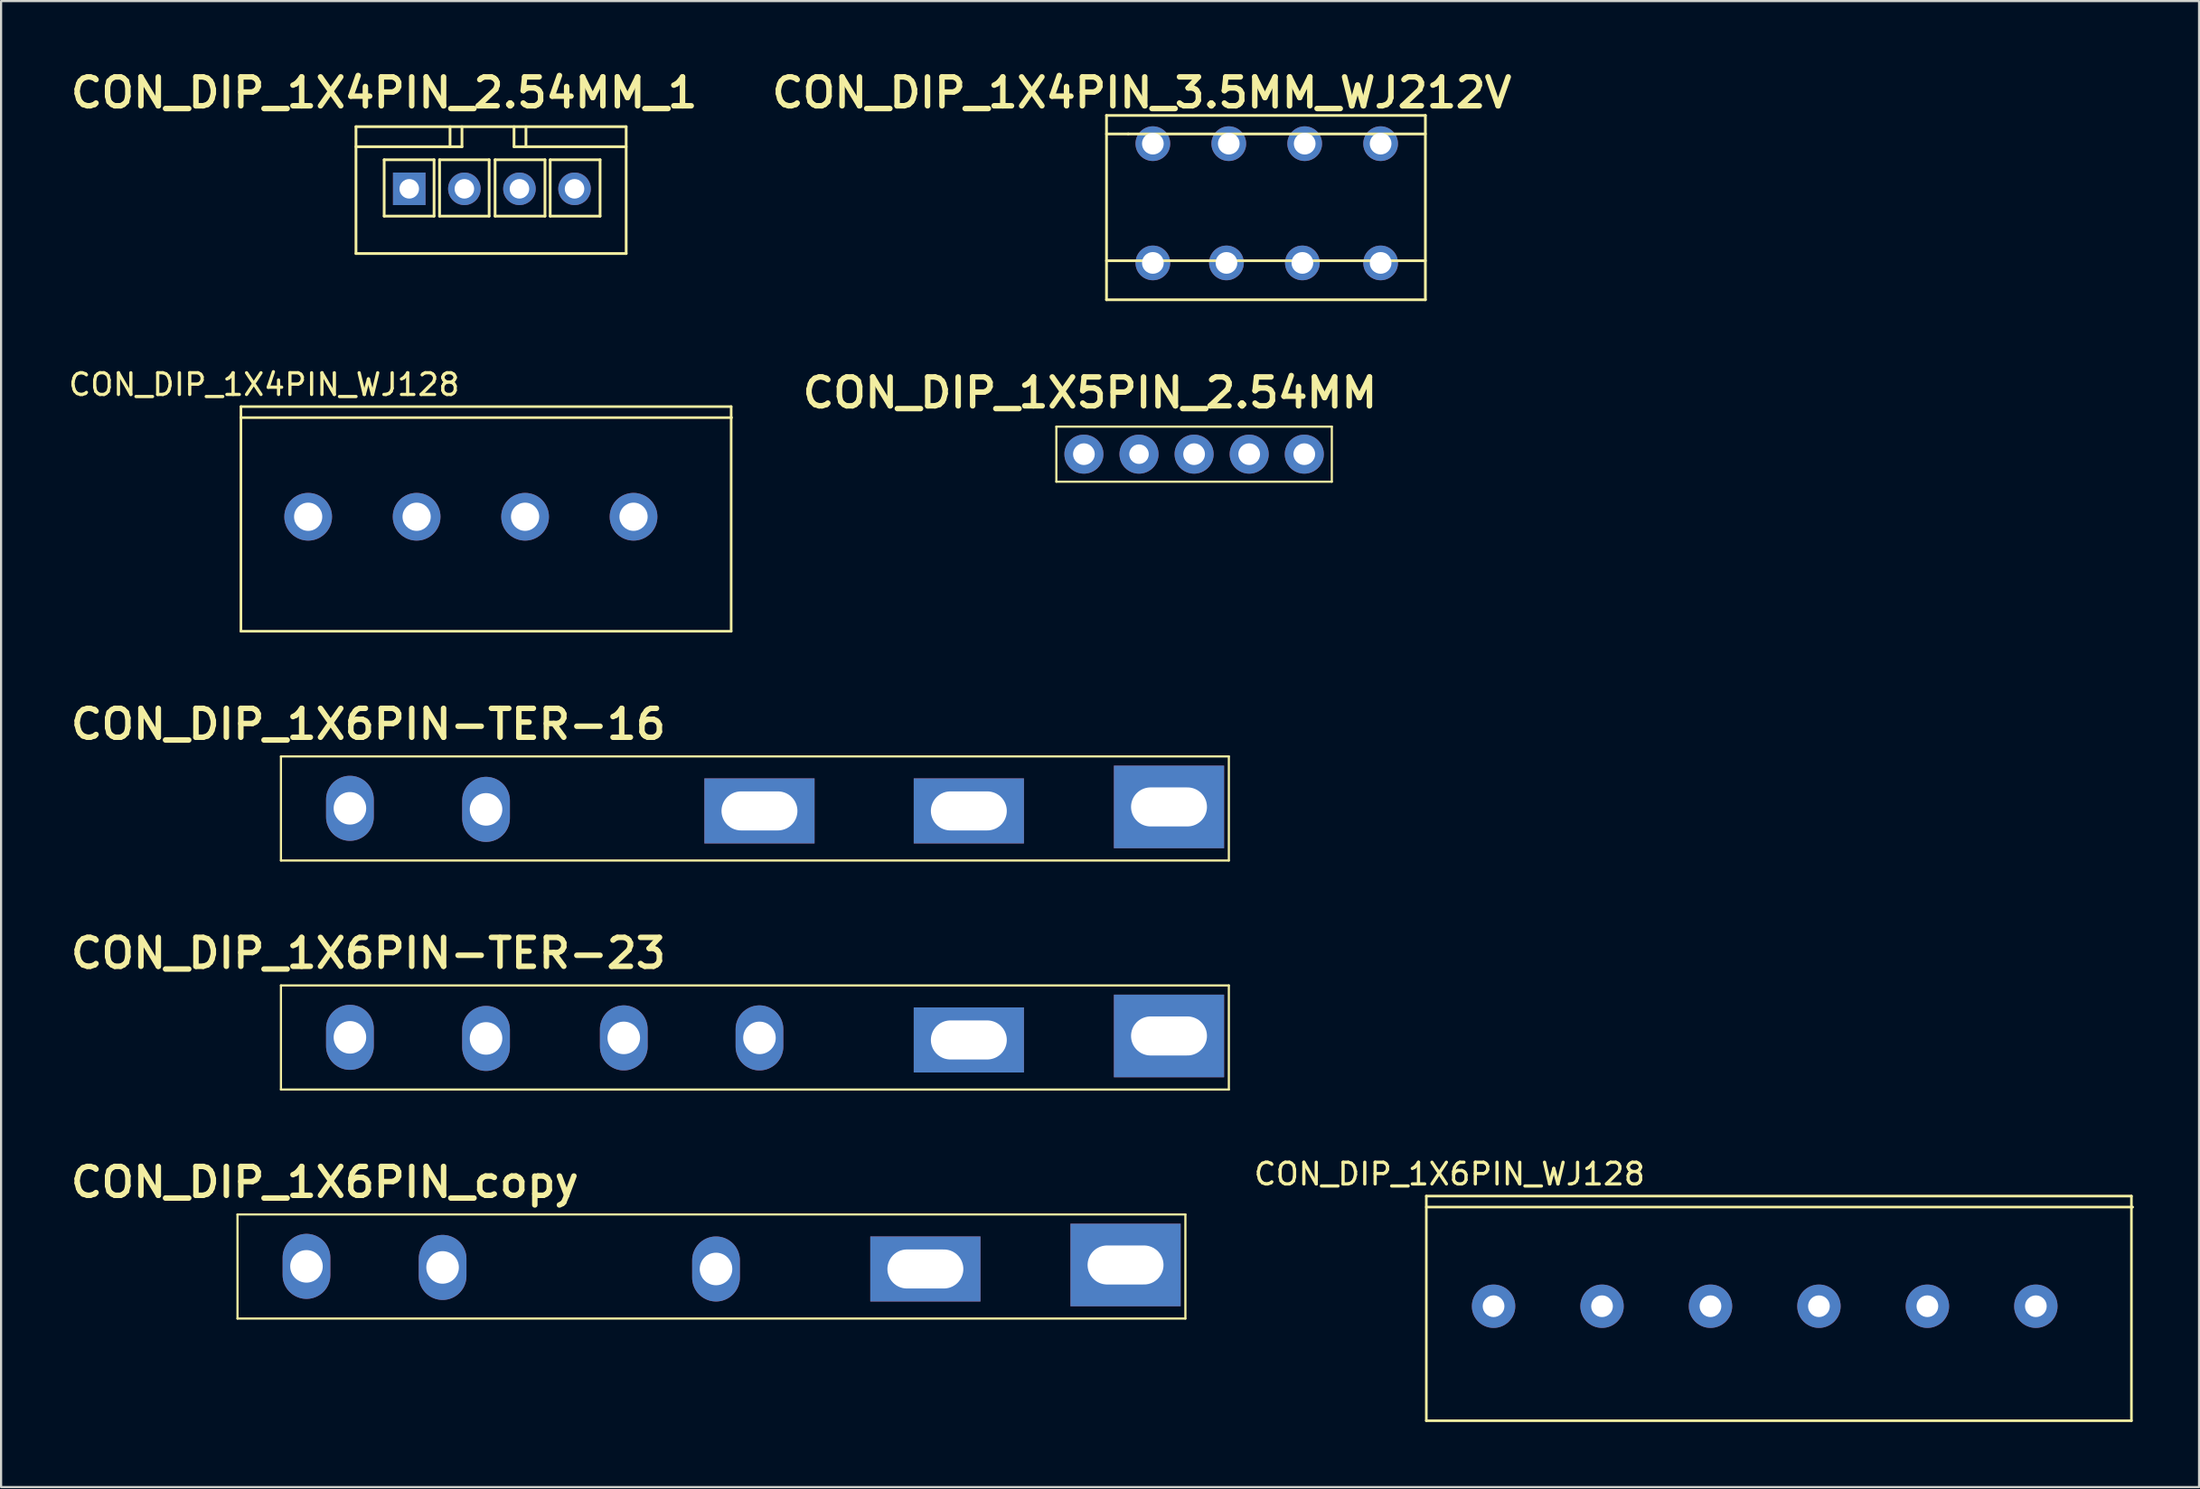
<source format=kicad_pcb>
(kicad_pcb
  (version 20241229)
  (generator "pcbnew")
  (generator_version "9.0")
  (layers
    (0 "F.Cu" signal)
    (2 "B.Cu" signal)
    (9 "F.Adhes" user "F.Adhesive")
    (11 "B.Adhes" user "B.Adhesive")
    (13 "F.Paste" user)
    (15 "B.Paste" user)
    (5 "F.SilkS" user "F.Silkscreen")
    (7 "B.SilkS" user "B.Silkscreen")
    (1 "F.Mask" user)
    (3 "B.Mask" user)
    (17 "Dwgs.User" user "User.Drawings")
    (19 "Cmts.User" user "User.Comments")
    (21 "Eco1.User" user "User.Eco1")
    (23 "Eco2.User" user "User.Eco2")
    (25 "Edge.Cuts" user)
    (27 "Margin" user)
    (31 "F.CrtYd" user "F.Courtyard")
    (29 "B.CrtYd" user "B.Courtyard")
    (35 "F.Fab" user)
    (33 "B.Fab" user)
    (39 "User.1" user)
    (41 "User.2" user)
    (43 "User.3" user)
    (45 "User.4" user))
  (footprint "CON_DIP_1X6PIN_WJ128"
    (layer "F.Cu")
    (at 77.997 57.191)
    (property "Reference" "CON_DIP_1X6PIN_WJ128" (at -14.224 -6.096 0) (layer "F.SilkS") (effects (font (size 1 1) (thickness 0.15))))
    (attr through_hole)
    (fp_line (start -15.292 -5.08) (end -15.292 5.28) (stroke (width 0.12) (type solid)) (layer "F.SilkS"))
    (fp_line (start -15.292 -5.08) (end 17.214 -5.08) (stroke (width 0.12) (type solid)) (layer "F.SilkS"))
    (fp_line (start -15.292 -4.572) (end 17.272 -4.572) (stroke (width 0.12) (type solid)) (layer "F.SilkS"))
    (fp_line (start 17.214 5.28) (end -15.292 5.28) (stroke (width 0.12) (type solid)) (layer "F.SilkS"))
    (fp_line (start 17.214 5.28) (end 17.214 -5.08) (stroke (width 0.12) (type solid)) (layer "F.SilkS"))
    (pad "1" thru_hole circle (at -12.192 0) (size 2 2) (drill 1) (layers "*.Cu" "*.Mask"))
    (pad "2" thru_hole circle (at -7.192 0) (size 2 2) (drill 1) (layers "*.Cu" "*.Mask"))
    (pad "3" thru_hole circle (at -2.192 0) (size 2 2) (drill 1) (layers "*.Cu" "*.Mask"))
    (pad "4" thru_hole circle (at 2.808 0) (size 2 2) (drill 1) (layers "*.Cu" "*.Mask"))
    (pad "5" thru_hole circle (at 7.808 0) (size 2 2) (drill 1) (layers "*.Cu" "*.Mask"))
    (pad "6" thru_hole circle (at 12.808 0) (size 2 2) (drill 1) (layers "*.Cu" "*.Mask")))
  (footprint "CON_DIP_1X4PIN_3.5MM_WJ212V"
    (layer "F.Cu")
    (at 54.924 5.861)
    (property "Reference" "CON_DIP_1X4PIN_3.5MM_WJ212V" (at -5.334 -4.636 0) (unlocked yes) (layer "F.SilkS") (effects (font (size 1.333 1.402) (thickness 0.254))))
    (attr smd)
    (fp_line (start -6.963 -3.587) (end 7.737 -3.587) (stroke (width 0.127) (type solid)) (layer "F.SilkS"))
    (fp_line (start -6.963 -2.733) (end -5.963 -2.733) (stroke (width 0.127) (type solid)) (layer "F.SilkS"))
    (fp_line (start -6.963 3.113) (end 7.737 3.113) (stroke (width 0.127) (type solid)) (layer "F.SilkS"))
    (fp_line (start -6.963 4.913) (end -6.963 -3.587) (stroke (width 0.127) (type solid)) (layer "F.SilkS"))
    (fp_line (start -6.963 4.913) (end 7.737 4.913) (stroke (width 0.127) (type solid)) (layer "F.SilkS"))
    (fp_line (start -5.963 -2.733) (end 7.737 -2.733) (stroke (width 0.127) (type solid)) (layer "F.SilkS"))
    (fp_line (start 7.737 4.913) (end 7.737 -3.587) (stroke (width 0.127) (type solid)) (layer "F.SilkS"))
    (pad "1" thru_hole circle (at -4.826 -2.286 90) (size 1.6 1.6) (drill 1) (layers "*.Cu" "*.Mask"))
    (pad "1_1" thru_hole circle (at -4.826 3.214 90) (size 1.6 1.6) (drill 1) (layers "*.Cu" "*.Mask"))
    (pad "2" thru_hole circle (at -1.326 -2.286 90) (size 1.6 1.6) (drill 1) (layers "*.Cu" "*.Mask"))
    (pad "2_1" thru_hole circle (at -1.433 3.214 90) (size 1.6 1.6) (drill 1) (layers "*.Cu" "*.Mask"))
    (pad "3" thru_hole circle (at 2.174 -2.286 90) (size 1.6 1.6) (drill 1) (layers "*.Cu" "*.Mask"))
    (pad "3_1" thru_hole circle (at 2.067 3.214 90) (size 1.6 1.6) (drill 1) (layers "*.Cu" "*.Mask"))
    (pad "4" thru_hole circle (at 5.674 -2.286 90) (size 1.6 1.6) (drill 1) (layers "*.Cu" "*.Mask"))
    (pad "4_1" thru_hole circle (at 5.674 3.214 90) (size 1.6 1.6) (drill 1) (layers "*.Cu" "*.Mask")))
  (footprint "CON_DIP_1X5PIN_2.54MM"
    (layer "F.Cu")
    (at 46.728 18.149)
    (property "Reference" "CON_DIP_1X5PIN_2.54MM" (at 0.47 -3.086 0) (unlocked yes) (layer "F.SilkS") (effects (font (size 1.333 1.402) (thickness 0.254))))
    (attr smd)
    (fp_line (start -1.079 1.016) (end -1.079 -1.524) (stroke (width 0.1) (type solid)) (layer "F.SilkS"))
    (fp_line (start 11.62 -1.524) (end -1.079 -1.524) (stroke (width 0.1) (type solid)) (layer "F.SilkS"))
    (fp_line (start 11.62 1.016) (end -1.079 1.016) (stroke (width 0.1) (type solid)) (layer "F.SilkS"))
    (fp_line (start 11.62 1.016) (end 11.62 -1.524) (stroke (width 0.1) (type solid)) (layer "F.SilkS"))
    (pad "1" thru_hole circle (at 0.191 -0.254 90) (size 1.8 1.8) (drill 1) (layers "*.Cu" "*.Mask"))
    (pad "2" thru_hole circle (at 2.731 -0.254 90) (size 1.8 1.8) (drill 0.9) (layers "*.Cu" "*.Mask"))
    (pad "3" thru_hole circle (at 5.271 -0.254 90) (size 1.8 1.8) (drill 1) (layers "*.Cu" "*.Mask"))
    (pad "4" thru_hole circle (at 7.811 -0.254 90) (size 1.8 1.8) (drill 1) (layers "*.Cu" "*.Mask"))
    (pad "5" thru_hole circle (at 10.351 -0.254 90) (size 1.8 1.8) (drill 1) (layers "*.Cu" "*.Mask")))
  (footprint "CON_DIP_1X4PIN_WJ128"
    (layer "F.Cu")
    (at 18.777 20.782)
    (property "Reference" "CON_DIP_1X4PIN_WJ128" (at -9.652 -6.096 0) (layer "F.SilkS") (effects (font (size 1 1) (thickness 0.15))))
    (attr through_hole)
    (fp_line (start -10.72 -5.08) (end -10.72 5.28) (stroke (width 0.12) (type solid)) (layer "F.SilkS"))
    (fp_line (start -10.72 -5.08) (end 11.88 -5.08) (stroke (width 0.12) (type solid)) (layer "F.SilkS"))
    (fp_line (start -10.72 -4.572) (end 11.9 -4.572) (stroke (width 0.12) (type solid)) (layer "F.SilkS"))
    (fp_line (start 11.88 5.28) (end -10.72 5.28) (stroke (width 0.12) (type solid)) (layer "F.SilkS"))
    (fp_line (start 11.88 5.28) (end 11.88 -5.08) (stroke (width 0.12) (type solid)) (layer "F.SilkS"))
    (pad "1" thru_hole circle (at -7.62 0) (size 2.2 2.2) (drill 1.3) (layers "*.Cu" "*.Mask"))
    (pad "2" thru_hole circle (at -2.62 0) (size 2.2 2.2) (drill 1.3) (layers "*.Cu" "*.Mask"))
    (pad "3" thru_hole circle (at 2.38 0) (size 2.2 2.2) (drill 1.3) (layers "*.Cu" "*.Mask"))
    (pad "4" thru_hole circle (at 7.38 0) (size 2.2 2.2) (drill 1.3) (layers "*.Cu" "*.Mask")))
  (footprint "CON_DIP_1X4PIN_2.54MM_1"
    (layer "F.Cu")
    (at 19.564 5.594)
    (property "Reference" "CON_DIP_1X4PIN_2.54MM_1" (at -4.902 -4.369 0) (unlocked yes) (layer "F.SilkS") (effects (font (size 1.333 1.402) (thickness 0.254))))
    (attr smd)
    (fp_line (start -6.203 3.049) (end -6.203 -2.801) (stroke (width 0.127) (type solid)) (layer "F.SilkS"))
    (fp_line (start -4.903 1.324) (end -4.903 -1.276) (stroke (width 0.127) (type solid)) (layer "F.SilkS"))
    (fp_line (start -2.603 -1.276) (end -4.903 -1.276) (stroke (width 0.127) (type solid)) (layer "F.SilkS"))
    (fp_line (start -2.603 1.324) (end -4.903 1.324) (stroke (width 0.127) (type solid)) (layer "F.SilkS"))
    (fp_line (start -2.603 1.324) (end -2.603 -1.276) (stroke (width 0.127) (type solid)) (layer "F.SilkS"))
    (fp_line (start -2.349 1.324) (end -2.349 -1.276) (stroke (width 0.127) (type solid)) (layer "F.SilkS"))
    (fp_line (start -1.867 -1.876) (end -1.867 -2.801) (stroke (width 0.127) (type solid)) (layer "F.SilkS"))
    (fp_line (start -1.317 -1.876) (end -6.203 -1.876) (stroke (width 0.127) (type solid)) (layer "F.SilkS"))
    (fp_line (start -1.317 -1.876) (end -1.317 -2.801) (stroke (width 0.127) (type solid)) (layer "F.SilkS"))
    (fp_line (start -0.064 -1.276) (end -2.349 -1.276) (stroke (width 0.127) (type solid)) (layer "F.SilkS"))
    (fp_line (start -0.064 1.324) (end -2.349 1.324) (stroke (width 0.127) (type solid)) (layer "F.SilkS"))
    (fp_line (start -0.064 1.324) (end -0.064 -1.276) (stroke (width 0.127) (type solid)) (layer "F.SilkS"))
    (fp_line (start 0.21 1.324) (end 0.21 -1.276) (stroke (width 0.127) (type solid)) (layer "F.SilkS"))
    (fp_line (start 1.083 -1.876) (end 1.083 -2.801) (stroke (width 0.127) (type solid)) (layer "F.SilkS"))
    (fp_line (start 1.633 -1.876) (end 1.633 -2.801) (stroke (width 0.127) (type solid)) (layer "F.SilkS"))
    (fp_line (start 2.51 -1.276) (end 0.21 -1.276) (stroke (width 0.127) (type solid)) (layer "F.SilkS"))
    (fp_line (start 2.51 1.324) (end 0.21 1.324) (stroke (width 0.127) (type solid)) (layer "F.SilkS"))
    (fp_line (start 2.51 1.324) (end 2.51 -1.276) (stroke (width 0.127) (type solid)) (layer "F.SilkS"))
    (fp_line (start 2.75 1.324) (end 2.75 -1.276) (stroke (width 0.127) (type solid)) (layer "F.SilkS"))
    (fp_line (start 5.05 -1.276) (end 2.75 -1.276) (stroke (width 0.127) (type solid)) (layer "F.SilkS"))
    (fp_line (start 5.05 1.324) (end 2.75 1.324) (stroke (width 0.127) (type solid)) (layer "F.SilkS"))
    (fp_line (start 5.05 1.324) (end 5.05 -1.276) (stroke (width 0.127) (type solid)) (layer "F.SilkS"))
    (fp_line (start 6.253 -2.801) (end -6.203 -2.801) (stroke (width 0.127) (type solid)) (layer "F.SilkS"))
    (fp_line (start 6.253 -1.876) (end 1.083 -1.876) (stroke (width 0.127) (type solid)) (layer "F.SilkS"))
    (fp_line (start 6.253 3.049) (end -6.203 3.049) (stroke (width 0.127) (type solid)) (layer "F.SilkS"))
    (fp_line (start 6.253 3.049) (end 6.253 -2.801) (stroke (width 0.127) (type solid)) (layer "F.SilkS"))
    (pad "1" thru_hole rect (at -3.747 0.064) (size 1.5 1.5) (drill 0.9) (layers "*.Cu" "*.Mask"))
    (pad "2" thru_hole circle (at -1.206 0.064) (size 1.5 1.5) (drill 0.9) (layers "*.Cu" "*.Mask"))
    (pad "3" thru_hole circle (at 1.333 0.064) (size 1.5 1.5) (drill 0.9) (layers "*.Cu" "*.Mask"))
    (pad "4" thru_hole circle (at 3.873 0.064) (size 1.5 1.5) (drill 0.9) (layers "*.Cu" "*.Mask")))
  (footprint "CON_DIP_1X6PIN-TER-16"
    (layer "F.Cu")
    (at 30.946 34.094)
    (property "Reference" "CON_DIP_1X6PIN-TER-16" (at -17.018 -3.747 0) (unlocked yes) (layer "F.SilkS") (effects (font (size 1.333 1.402) (thickness 0.254))))
    (attr smd)
    (fp_line (start -21.044 -2.26) (end 22.655 -2.26) (stroke (width 0.1) (type solid)) (layer "F.SilkS"))
    (fp_line (start -21.044 2.541) (end -21.044 -2.26) (stroke (width 0.1) (type solid)) (layer "F.SilkS"))
    (fp_line (start -21.044 2.541) (end 22.655 2.541) (stroke (width 0.1) (type solid)) (layer "F.SilkS"))
    (fp_line (start 22.655 2.541) (end 22.655 -2.26) (stroke (width 0.1) (type solid)) (layer "F.SilkS"))
    (pad "1" thru_hole rect (at 19.896 0.07 180) (size 5.08 3.81) (drill oval 3.5 1.8) (layers "*.Cu" "*.Mask"))
    (pad "2" thru_hole rect (at 10.668 0.254 180) (size 5.08 3) (drill oval 3.5 1.8) (layers "*.Cu" "*.Mask"))
    (pad "4" thru_hole rect (at 1.016 0.254 180) (size 5.08 3) (drill oval 3.5 1.8) (layers "*.Cu" "*.Mask"))
    (pad "6" thru_hole oval (at -11.589 0.183) (size 2.2 3) (drill 1.5) (layers "*.Cu" "*.Mask"))
    (pad "7" thru_hole oval (at -17.864 0.134) (size 2.2 3) (drill 1.5) (layers "*.Cu" "*.Mask")))
  (footprint "CON_DIP_1X6PIN-TER-23"
    (layer "F.Cu")
    (at 30.946 44.657)
    (property "Reference" "CON_DIP_1X6PIN-TER-23" (at -17.018 -3.747 0) (unlocked yes) (layer "F.SilkS") (effects (font (size 1.333 1.402) (thickness 0.254))))
    (attr smd)
    (fp_line (start -21.044 -2.26) (end 22.655 -2.26) (stroke (width 0.1) (type solid)) (layer "F.SilkS"))
    (fp_line (start -21.044 2.541) (end -21.044 -2.26) (stroke (width 0.1) (type solid)) (layer "F.SilkS"))
    (fp_line (start -21.044 2.541) (end 22.655 2.541) (stroke (width 0.1) (type solid)) (layer "F.SilkS"))
    (fp_line (start 22.655 2.541) (end 22.655 -2.26) (stroke (width 0.1) (type solid)) (layer "F.SilkS"))
    (pad "1" thru_hole rect (at 19.896 0.07 180) (size 5.08 3.81) (drill oval 3.5 1.8) (layers "*.Cu" "*.Mask"))
    (pad "2" thru_hole rect (at 10.668 0.254 180) (size 5.08 3) (drill oval 3.5 1.8) (layers "*.Cu" "*.Mask"))
    (pad "4" thru_hole oval (at 1.016 0.159 180) (size 2.2 3) (drill 1.5) (layers "*.Cu" "*.Mask"))
    (pad "5" thru_hole oval (at -5.239 0.159) (size 2.2 3) (drill 1.5) (layers "*.Cu" "*.Mask"))
    (pad "6" thru_hole oval (at -11.589 0.183) (size 2.2 3) (drill 1.5) (layers "*.Cu" "*.Mask"))
    (pad "7" thru_hole oval (at -17.864 0.134) (size 2.2 3) (drill 1.5) (layers "*.Cu" "*.Mask")))
  (footprint "CON_DIP_1X6PIN_copy"
    (layer "F.Cu")
    (at 28.943 55.219)
    (property "Reference" "CON_DIP_1X6PIN_copy" (at -17.018 -3.747 0) (unlocked yes) (layer "F.SilkS") (effects (font (size 1.333 1.402) (thickness 0.254))))
    (attr smd)
    (fp_line (start -21.044 -2.26) (end 22.655 -2.26) (stroke (width 0.1) (type solid)) (layer "F.SilkS"))
    (fp_line (start -21.044 2.541) (end -21.044 -2.26) (stroke (width 0.1) (type solid)) (layer "F.SilkS"))
    (fp_line (start -21.044 2.541) (end 22.655 2.541) (stroke (width 0.1) (type solid)) (layer "F.SilkS"))
    (fp_line (start 22.655 2.541) (end 22.655 -2.26) (stroke (width 0.1) (type solid)) (layer "F.SilkS"))
    (pad "1" thru_hole rect (at 19.896 0.07 180) (size 5.08 3.81) (drill oval 3.5 1.8) (layers "*.Cu" "*.Mask"))
    (pad "2" thru_hole rect (at 10.668 0.254 180) (size 5.08 3) (drill oval 3.5 1.8) (layers "*.Cu" "*.Mask"))
    (pad "4" thru_hole oval (at 1.016 0.254 180) (size 2.2 3) (drill 1.5) (layers "*.Cu" "*.Mask"))
    (pad "6" thru_hole oval (at -11.589 0.183) (size 2.2 3) (drill 1.5) (layers "*.Cu" "*.Mask"))
    (pad "7" thru_hole oval (at -17.864 0.134) (size 2.2 3) (drill 1.5) (layers "*.Cu" "*.Mask")))
  (gr_rect
    (start -3 -3)
    (end 98.329 65.531)
    (stroke (width 0.1) (type default))
    (fill no)
    (layer "Edge.Cuts")))
</source>
